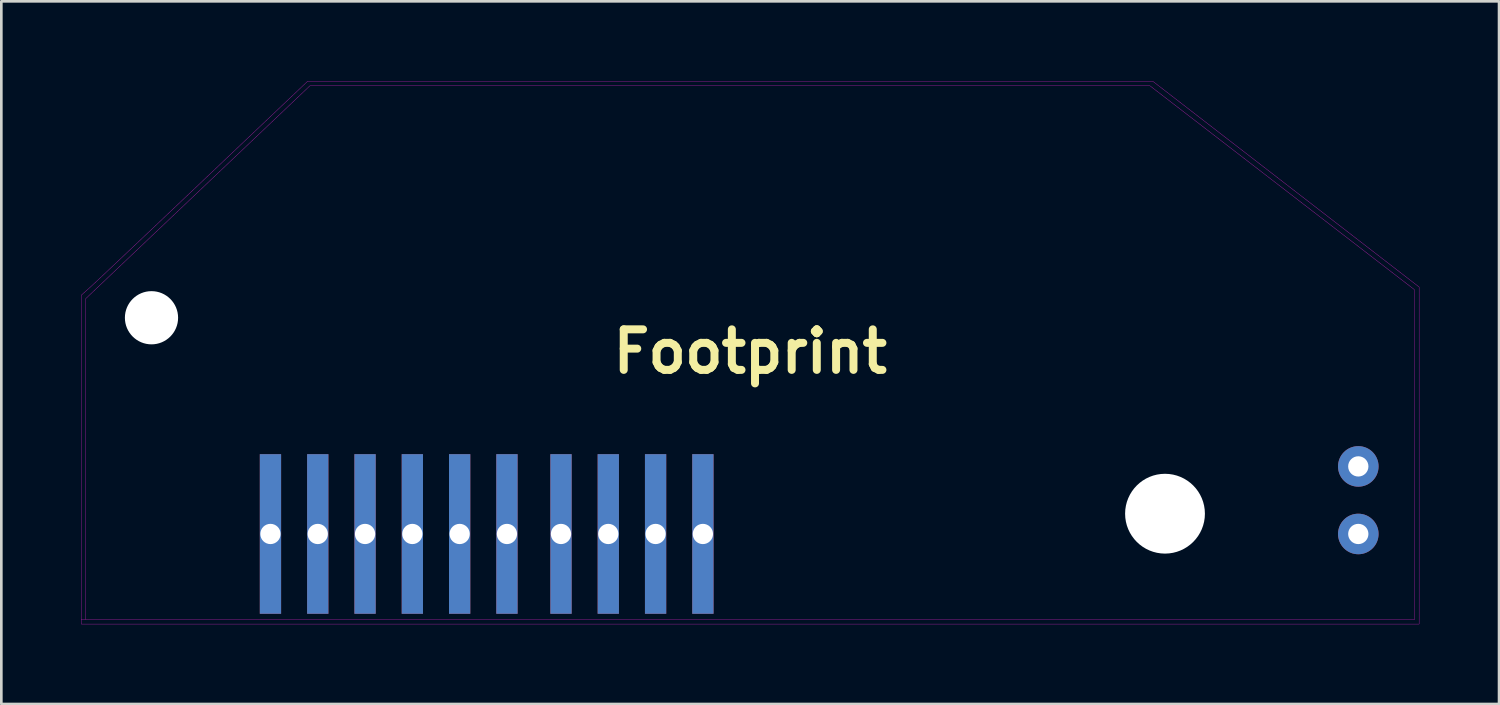
<source format=kicad_pcb>
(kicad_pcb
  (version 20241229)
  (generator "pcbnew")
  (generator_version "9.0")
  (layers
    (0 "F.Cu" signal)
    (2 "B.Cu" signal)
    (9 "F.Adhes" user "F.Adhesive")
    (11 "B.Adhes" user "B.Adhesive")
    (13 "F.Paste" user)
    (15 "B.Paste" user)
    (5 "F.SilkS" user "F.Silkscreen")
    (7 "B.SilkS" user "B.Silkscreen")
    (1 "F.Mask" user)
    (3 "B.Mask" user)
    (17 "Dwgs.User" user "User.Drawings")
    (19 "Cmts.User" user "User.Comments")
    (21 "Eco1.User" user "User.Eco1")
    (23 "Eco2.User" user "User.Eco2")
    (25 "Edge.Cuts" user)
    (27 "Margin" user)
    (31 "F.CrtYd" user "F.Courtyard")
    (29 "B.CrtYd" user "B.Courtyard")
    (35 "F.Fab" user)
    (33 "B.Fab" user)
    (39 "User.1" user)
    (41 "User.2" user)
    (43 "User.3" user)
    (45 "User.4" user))
  (footprint "Footprint"
    (layer "F.Cu")
    (at 25.151 10.165)
    (property "Reference" "Footprint" (at 0 0 0) (layer "F.SilkS") (effects (font (size 1.524 1.524) (thickness 0.3))))
    (attr through_hole)
    (fp_poly (pts (xy 20.14 -6.293) (xy 25.146 -2.426) (xy 25.146 10.245) (xy -25.146 10.245) (xy -25.146 -1.99) (xy -24.977 -1.99) (xy -24.977 10.075) (xy 24.977 10.075) (xy 24.972 3.873) (xy 24.968 -2.328) (xy 15.028 -9.989) (xy -0.762 -9.989) (xy -16.552 -9.989) (xy -20.765 -5.989) (xy -24.977 -1.99) (xy -25.146 -1.99) (xy -25.146 -2.117) (xy -24.793 -2.434) (xy -24.67 -2.548) (xy -24.436 -2.767) (xy -24.103 -3.081) (xy -23.681 -3.479) (xy -23.183 -3.95) (xy -22.62 -4.482) (xy -22.004 -5.066) (xy -21.346 -5.69) (xy -20.658 -6.342) (xy -20.539 -6.456) (xy -16.637 -10.16) (xy 15.134 -10.16) (xy 20.14 -6.293)) (stroke (width 0.01) (type solid)) (fill no) (layer "F.CrtYd"))
    (pad "" np_thru_hole circle (at -22.506 -1.27) (size 2 2) (drill 2) (layers "*.Cu" "*.Mask"))
    (pad "" np_thru_hole circle (at 15.594 6.096) (size 3 3) (drill 3) (layers "*.Cu" "*.Mask"))
    (pad "1" thru_hole rect (at -18.034 6.858) (size 0.8 6) (drill 0.762) (layers "*.Cu" "*.Mask"))
    (pad "2" thru_hole rect (at -16.256 6.858) (size 0.8 6) (drill 0.762) (layers "*.Cu" "*.Mask"))
    (pad "3" thru_hole rect (at -14.478 6.858) (size 0.8 6) (drill 0.762) (layers "*.Cu" "*.Mask"))
    (pad "4" thru_hole rect (at -12.7 6.858) (size 0.8 6) (drill 0.762) (layers "*.Cu" "*.Mask"))
    (pad "5" thru_hole rect (at -10.922 6.858) (size 0.8 6) (drill 0.762) (layers "*.Cu" "*.Mask"))
    (pad "6" thru_hole rect (at -9.144 6.858) (size 0.8 6) (drill 0.762) (layers "*.Cu" "*.Mask"))
    (pad "7" thru_hole rect (at -7.112 6.858) (size 0.8 6) (drill 0.762) (layers "*.Cu" "*.Mask"))
    (pad "8" thru_hole rect (at -5.334 6.858) (size 0.8 6) (drill 0.762) (layers "*.Cu" "*.Mask"))
    (pad "9" thru_hole rect (at -3.556 6.858) (size 0.8 6) (drill 0.762) (layers "*.Cu" "*.Mask"))
    (pad "10" thru_hole rect (at -1.778 6.858) (size 0.8 6) (drill 0.762) (layers "*.Cu" "*.Mask"))
    (pad "11" thru_hole circle (at 22.86 4.318) (size 1.524 1.524) (drill 0.762) (layers "*.Cu" "*.Mask"))
    (pad "12" thru_hole circle (at 22.86 6.858) (size 1.524 1.524) (drill 0.762) (layers "*.Cu" "*.Mask")))
  (gr_rect
    (start -3 -3)
    (end 53.302 23.415)
    (stroke (width 0.1) (type default))
    (fill no)
    (layer "Edge.Cuts")))
</source>
